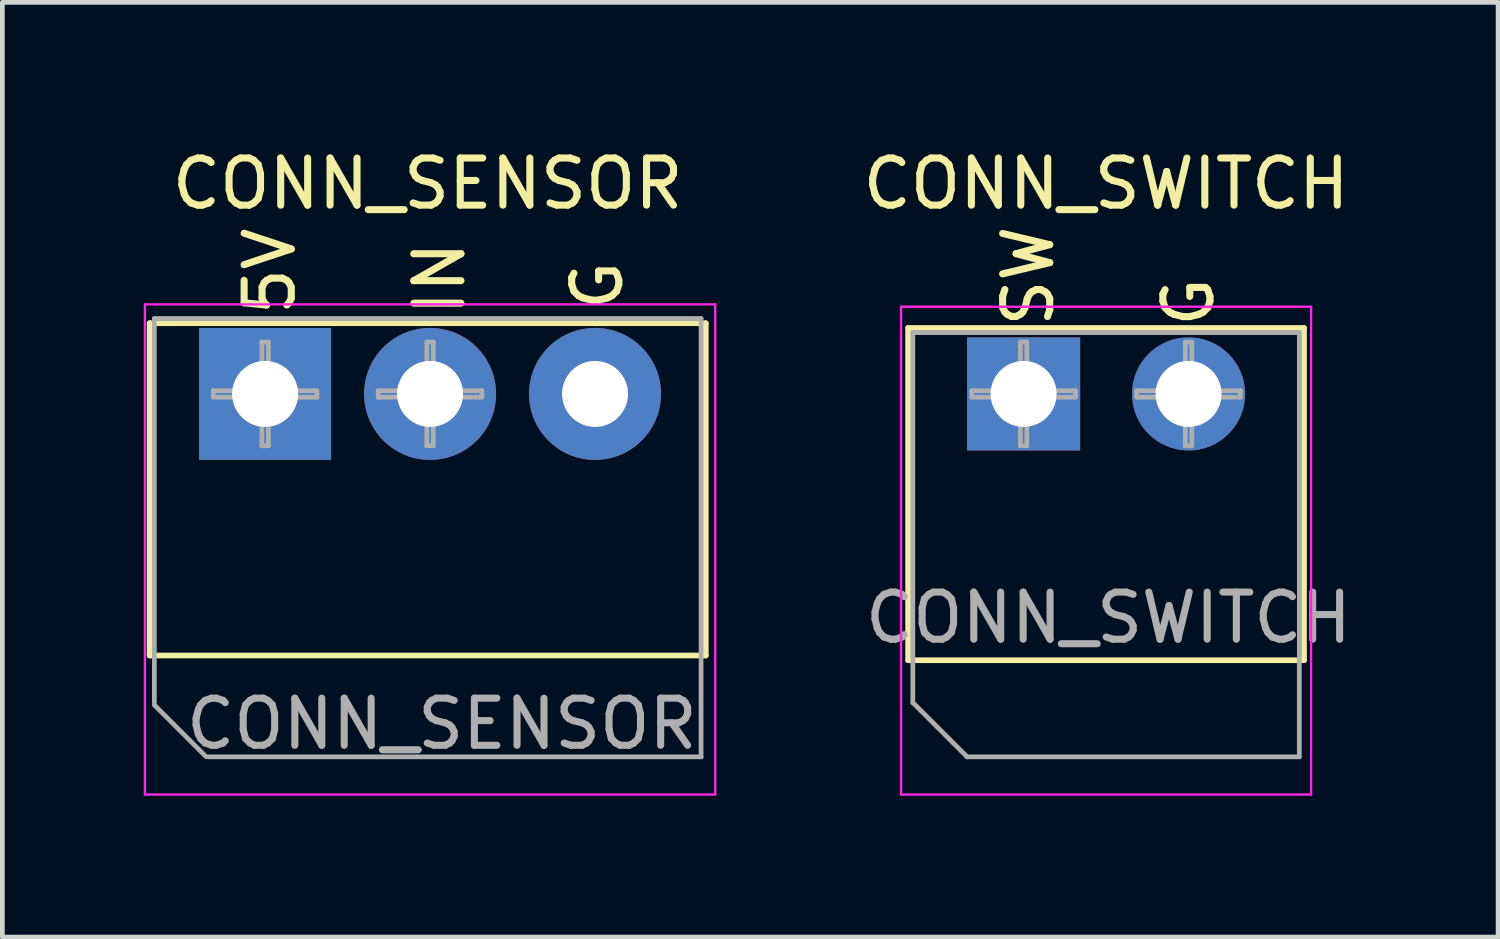
<source format=kicad_pcb>
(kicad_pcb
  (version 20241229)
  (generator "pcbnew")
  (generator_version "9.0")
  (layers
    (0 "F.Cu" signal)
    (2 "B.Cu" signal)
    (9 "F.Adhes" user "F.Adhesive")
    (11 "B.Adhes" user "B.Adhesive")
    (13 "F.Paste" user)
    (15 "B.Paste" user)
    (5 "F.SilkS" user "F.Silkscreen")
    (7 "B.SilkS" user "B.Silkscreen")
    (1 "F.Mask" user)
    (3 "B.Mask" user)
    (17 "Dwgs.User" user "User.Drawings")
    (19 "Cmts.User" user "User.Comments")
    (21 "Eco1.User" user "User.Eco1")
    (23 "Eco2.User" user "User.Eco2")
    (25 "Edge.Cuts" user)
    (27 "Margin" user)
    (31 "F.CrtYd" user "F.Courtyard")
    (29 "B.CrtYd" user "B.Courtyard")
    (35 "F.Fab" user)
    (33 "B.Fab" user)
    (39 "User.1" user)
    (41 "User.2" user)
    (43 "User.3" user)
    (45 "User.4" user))
  (footprint "CONN_SENSOR"
    (layer "F.Cu")
    (at 2.525 5.308)
    (property "Reference" "CONN_SENSOR" (at 3.5 -4.46 0) (layer "F.SilkS") (effects (font (size 1 1) (thickness 0.15))))
    (attr through_hole)
    (fp_line (start -2.4 -1.5) (end -2.4 5.55) (stroke (width 0.12) (type solid)) (layer "F.SilkS"))
    (fp_line (start -2.4 -1.5) (end 9.4 -1.5) (stroke (width 0.12) (type solid)) (layer "F.SilkS"))
    (fp_line (start -2.4 5.55) (end 9.4 5.55) (stroke (width 0.12) (type solid)) (layer "F.SilkS"))
    (fp_line (start 9.4 -1.5) (end 9.4 5.55) (stroke (width 0.12) (type solid)) (layer "F.SilkS"))
    (fp_line (start -2.5 -1.9) (end -2.5 8.5) (stroke (width 0.05) (type solid)) (layer "F.CrtYd"))
    (fp_line (start -2.5 8.5) (end 9.6 8.5) (stroke (width 0.05) (type solid)) (layer "F.CrtYd"))
    (fp_line (start 9.6 -1.9) (end -2.5 -1.9) (stroke (width 0.05) (type solid)) (layer "F.CrtYd"))
    (fp_line (start 9.6 8.5) (end 9.6 -1.9) (stroke (width 0.05) (type solid)) (layer "F.CrtYd"))
    (fp_line (start -2.3 -1.6) (end 9.3 -1.6) (stroke (width 0.1) (type solid)) (layer "F.Fab"))
    (fp_line (start -2.3 6.55) (end -2.3 -1.6) (stroke (width 0.1) (type solid)) (layer "F.Fab"))
    (fp_line (start -1.2 7.7) (end -2.3 6.6) (stroke (width 0.1) (type solid)) (layer "F.Fab"))
    (fp_line (start -1.05 -0.069) (end -0.019 -0.069) (stroke (width 0.1) (type solid)) (layer "F.Fab"))
    (fp_line (start -1.05 0.069) (end -1.05 -0.069) (stroke (width 0.1) (type solid)) (layer "F.Fab"))
    (fp_line (start -0.019 -1.1) (end 0.119 -1.1) (stroke (width 0.1) (type solid)) (layer "F.Fab"))
    (fp_line (start -0.019 -0.069) (end -0.019 -1.1) (stroke (width 0.1) (type solid)) (layer "F.Fab"))
    (fp_line (start -0.019 0.069) (end -1.05 0.069) (stroke (width 0.1) (type solid)) (layer "F.Fab"))
    (fp_line (start -0.019 1.1) (end -0.019 0.069) (stroke (width 0.1) (type solid)) (layer "F.Fab"))
    (fp_line (start 0.119 -1.1) (end 0.119 -0.069) (stroke (width 0.1) (type solid)) (layer "F.Fab"))
    (fp_line (start 0.119 -0.069) (end 1.15 -0.069) (stroke (width 0.1) (type solid)) (layer "F.Fab"))
    (fp_line (start 0.119 0.069) (end 0.119 1.1) (stroke (width 0.1) (type solid)) (layer "F.Fab"))
    (fp_line (start 0.119 1.1) (end -0.019 1.1) (stroke (width 0.1) (type solid)) (layer "F.Fab"))
    (fp_line (start 1.15 -0.069) (end 1.15 0.069) (stroke (width 0.1) (type solid)) (layer "F.Fab"))
    (fp_line (start 1.15 0.069) (end 0.119 0.069) (stroke (width 0.1) (type solid)) (layer "F.Fab"))
    (fp_line (start 2.45 -0.069) (end 3.481 -0.069) (stroke (width 0.1) (type solid)) (layer "F.Fab"))
    (fp_line (start 2.45 0.069) (end 2.45 -0.069) (stroke (width 0.1) (type solid)) (layer "F.Fab"))
    (fp_line (start 3.481 -1.1) (end 3.619 -1.1) (stroke (width 0.1) (type solid)) (layer "F.Fab"))
    (fp_line (start 3.481 -0.069) (end 3.481 -1.1) (stroke (width 0.1) (type solid)) (layer "F.Fab"))
    (fp_line (start 3.481 0.069) (end 2.45 0.069) (stroke (width 0.1) (type solid)) (layer "F.Fab"))
    (fp_line (start 3.481 1.1) (end 3.481 0.069) (stroke (width 0.1) (type solid)) (layer "F.Fab"))
    (fp_line (start 3.619 -1.1) (end 3.619 -0.069) (stroke (width 0.1) (type solid)) (layer "F.Fab"))
    (fp_line (start 3.619 -0.069) (end 4.65 -0.069) (stroke (width 0.1) (type solid)) (layer "F.Fab"))
    (fp_line (start 3.619 0.069) (end 3.619 1.1) (stroke (width 0.1) (type solid)) (layer "F.Fab"))
    (fp_line (start 3.619 1.1) (end 3.481 1.1) (stroke (width 0.1) (type solid)) (layer "F.Fab"))
    (fp_line (start 4.65 -0.069) (end 4.65 0.069) (stroke (width 0.1) (type solid)) (layer "F.Fab"))
    (fp_line (start 4.65 0.069) (end 3.619 0.069) (stroke (width 0.1) (type solid)) (layer "F.Fab"))
    (fp_line (start 9.3 -1.6) (end 9.3 7.7) (stroke (width 0.1) (type solid)) (layer "F.Fab"))
    (fp_line (start 9.3 7.7) (end -1.15 7.7) (stroke (width 0.1) (type solid)) (layer "F.Fab"))
    (fp_text user "G" (at 7.1 -2.3 90) (layer "F.SilkS") (effects (font (size 1 1) (thickness 0.15))))
    (fp_text user "IN" (at 3.75 -2.45 90) (layer "F.SilkS") (effects (font (size 1 1) (thickness 0.15))))
    (fp_text user "5V" (at 0.15 -2.6 90) (layer "F.SilkS") (effects (font (size 1 1) (thickness 0.15))))
    (fp_text user "${REFERENCE}" (at 3.8 7 0) (layer "F.Fab") (effects (font (size 1 1) (thickness 0.15))))
    (pad "1" thru_hole rect (at 0.05 0) (size 2.8 2.8) (drill 1.4) (layers "*.Cu" "*.Mask"))
    (pad "2" thru_hole circle (at 3.55 0) (size 2.8 2.8) (drill 1.4) (layers "*.Cu" "*.Mask"))
    (pad "3" thru_hole circle (at 7.05 0) (size 2.8 2.8) (drill 1.4) (layers "*.Cu" "*.Mask")))
  (footprint "CONN_SWITCH"
    (layer "F.Cu")
    (at 18.668 5.308)
    (property "Reference" "CONN_SWITCH" (at 1.75 -4.46 0) (layer "F.SilkS") (effects (font (size 1 1) (thickness 0.15))))
    (attr through_hole)
    (fp_line (start -2.45 -1.4) (end -2.45 5.65) (stroke (width 0.12) (type solid)) (layer "F.SilkS"))
    (fp_line (start -2.45 -1.4) (end 5.95 -1.4) (stroke (width 0.12) (type solid)) (layer "F.SilkS"))
    (fp_line (start -2.45 5.65) (end 5.95 5.65) (stroke (width 0.12) (type solid)) (layer "F.SilkS"))
    (fp_line (start 5.95 -1.4) (end 5.95 5.65) (stroke (width 0.12) (type solid)) (layer "F.SilkS"))
    (fp_line (start -2.6 -1.85) (end -2.6 8.5) (stroke (width 0.05) (type solid)) (layer "F.CrtYd"))
    (fp_line (start -2.6 8.5) (end 6.1 8.5) (stroke (width 0.05) (type solid)) (layer "F.CrtYd"))
    (fp_line (start 6.1 -1.85) (end -2.6 -1.85) (stroke (width 0.05) (type solid)) (layer "F.CrtYd"))
    (fp_line (start 6.1 8.5) (end 6.1 -1.85) (stroke (width 0.05) (type solid)) (layer "F.CrtYd"))
    (fp_line (start -2.35 -1.3) (end 5.85 -1.3) (stroke (width 0.1) (type solid)) (layer "F.Fab"))
    (fp_line (start -2.35 6.55) (end -2.35 -1.3) (stroke (width 0.1) (type solid)) (layer "F.Fab"))
    (fp_line (start -1.2 7.7) (end -2.35 6.55) (stroke (width 0.1) (type solid)) (layer "F.Fab"))
    (fp_line (start -1.1 -0.069) (end -0.069 -0.069) (stroke (width 0.1) (type solid)) (layer "F.Fab"))
    (fp_line (start -1.1 0.069) (end -1.1 -0.069) (stroke (width 0.1) (type solid)) (layer "F.Fab"))
    (fp_line (start -0.069 -1.1) (end 0.069 -1.1) (stroke (width 0.1) (type solid)) (layer "F.Fab"))
    (fp_line (start -0.069 -0.069) (end -0.069 -1.1) (stroke (width 0.1) (type solid)) (layer "F.Fab"))
    (fp_line (start -0.069 0.069) (end -1.1 0.069) (stroke (width 0.1) (type solid)) (layer "F.Fab"))
    (fp_line (start -0.069 1.1) (end -0.069 0.069) (stroke (width 0.1) (type solid)) (layer "F.Fab"))
    (fp_line (start 0.069 -1.1) (end 0.069 -0.069) (stroke (width 0.1) (type solid)) (layer "F.Fab"))
    (fp_line (start 0.069 -0.069) (end 1.1 -0.069) (stroke (width 0.1) (type solid)) (layer "F.Fab"))
    (fp_line (start 0.069 0.069) (end 0.069 1.1) (stroke (width 0.1) (type solid)) (layer "F.Fab"))
    (fp_line (start 0.069 1.1) (end -0.069 1.1) (stroke (width 0.1) (type solid)) (layer "F.Fab"))
    (fp_line (start 1.1 -0.069) (end 1.1 0.069) (stroke (width 0.1) (type solid)) (layer "F.Fab"))
    (fp_line (start 1.1 0.069) (end 0.069 0.069) (stroke (width 0.1) (type solid)) (layer "F.Fab"))
    (fp_line (start 2.4 -0.069) (end 3.431 -0.069) (stroke (width 0.1) (type solid)) (layer "F.Fab"))
    (fp_line (start 2.4 0.069) (end 2.4 -0.069) (stroke (width 0.1) (type solid)) (layer "F.Fab"))
    (fp_line (start 3.431 -1.1) (end 3.569 -1.1) (stroke (width 0.1) (type solid)) (layer "F.Fab"))
    (fp_line (start 3.431 -0.069) (end 3.431 -1.1) (stroke (width 0.1) (type solid)) (layer "F.Fab"))
    (fp_line (start 3.431 0.069) (end 2.4 0.069) (stroke (width 0.1) (type solid)) (layer "F.Fab"))
    (fp_line (start 3.431 1.1) (end 3.431 0.069) (stroke (width 0.1) (type solid)) (layer "F.Fab"))
    (fp_line (start 3.569 -1.1) (end 3.569 -0.069) (stroke (width 0.1) (type solid)) (layer "F.Fab"))
    (fp_line (start 3.569 -0.069) (end 4.6 -0.069) (stroke (width 0.1) (type solid)) (layer "F.Fab"))
    (fp_line (start 3.569 0.069) (end 3.569 1.1) (stroke (width 0.1) (type solid)) (layer "F.Fab"))
    (fp_line (start 3.569 1.1) (end 3.431 1.1) (stroke (width 0.1) (type solid)) (layer "F.Fab"))
    (fp_line (start 4.6 -0.069) (end 4.6 0.069) (stroke (width 0.1) (type solid)) (layer "F.Fab"))
    (fp_line (start 4.6 0.069) (end 3.569 0.069) (stroke (width 0.1) (type solid)) (layer "F.Fab"))
    (fp_line (start 5.85 -1.3) (end 5.85 7.7) (stroke (width 0.1) (type solid)) (layer "F.Fab"))
    (fp_line (start 5.85 7.7) (end -1.2 7.7) (stroke (width 0.1) (type solid)) (layer "F.Fab"))
    (fp_text user "SW" (at 0.1 -2.5 90) (layer "F.SilkS") (effects (font (size 1 1) (thickness 0.15))))
    (fp_text user "G" (at 3.5 -1.95 90) (layer "F.SilkS") (effects (font (size 1 1) (thickness 0.15))))
    (fp_text user "${REFERENCE}" (at 1.8 4.75 0) (layer "F.Fab") (effects (font (size 1 1) (thickness 0.15))))
    (pad "1" thru_hole rect (at 0 0) (size 2.4 2.4) (drill 1.4) (layers "*.Cu" "*.Mask"))
    (pad "2" thru_hole circle (at 3.5 0) (size 2.4 2.4) (drill 1.4) (layers "*.Cu" "*.Mask")))
  (gr_rect
    (start -3 -3)
    (end 28.736 16.833)
    (stroke (width 0.1) (type default))
    (fill no)
    (layer "Edge.Cuts")))
</source>
